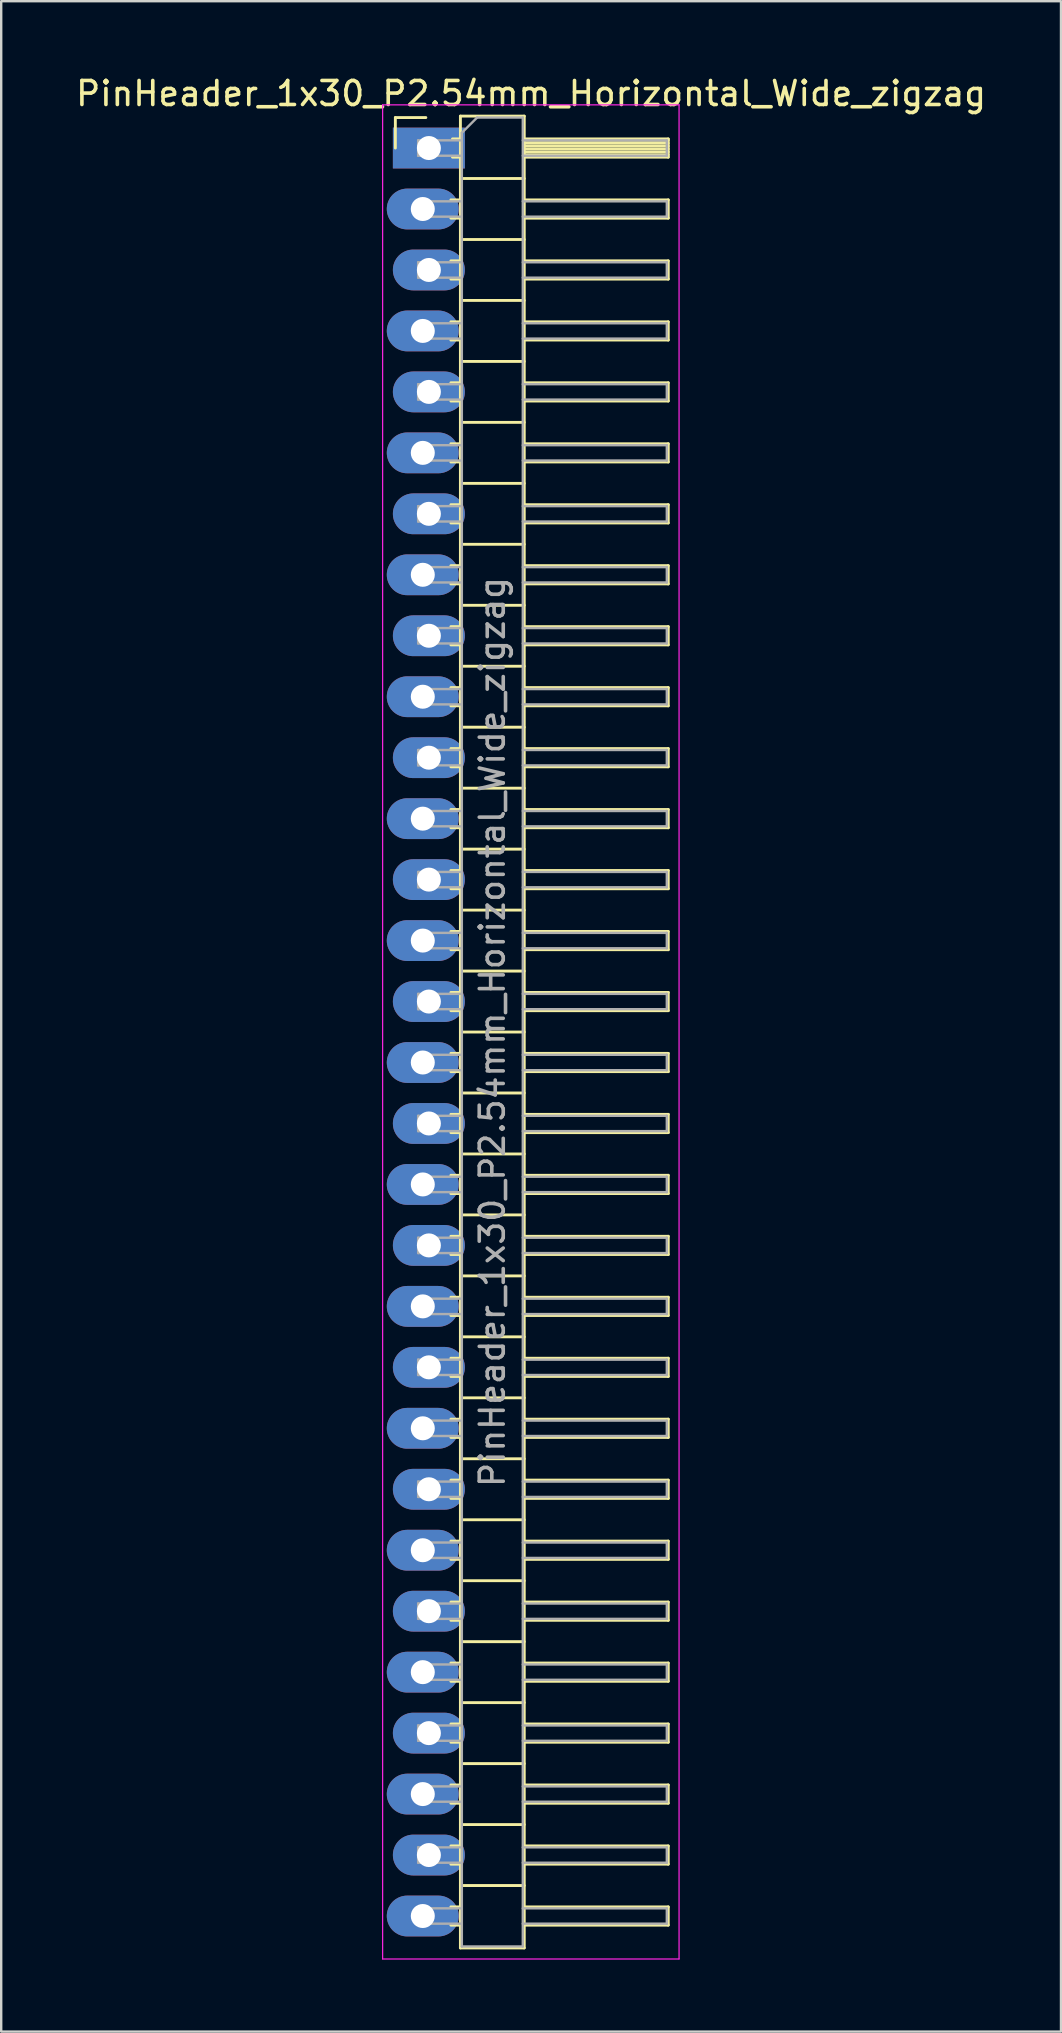
<source format=kicad_pcb>
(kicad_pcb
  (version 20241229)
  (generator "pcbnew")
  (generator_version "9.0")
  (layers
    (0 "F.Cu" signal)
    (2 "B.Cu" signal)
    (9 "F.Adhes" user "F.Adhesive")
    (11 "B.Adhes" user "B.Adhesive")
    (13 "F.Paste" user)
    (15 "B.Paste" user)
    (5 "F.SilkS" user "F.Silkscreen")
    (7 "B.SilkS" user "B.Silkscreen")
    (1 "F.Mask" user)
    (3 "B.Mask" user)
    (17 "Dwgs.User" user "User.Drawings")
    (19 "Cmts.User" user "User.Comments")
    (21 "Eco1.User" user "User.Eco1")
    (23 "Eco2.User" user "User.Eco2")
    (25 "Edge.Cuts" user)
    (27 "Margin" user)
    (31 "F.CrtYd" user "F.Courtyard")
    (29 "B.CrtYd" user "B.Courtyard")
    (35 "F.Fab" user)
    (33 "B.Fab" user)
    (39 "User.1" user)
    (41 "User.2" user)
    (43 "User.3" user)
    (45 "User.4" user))
  (footprint "PinHeader_1x30_P2.54mm_Horizontal_Wide_zigzag"
    (layer "F.Cu")
    (at 14.692 3.118)
    (property "Reference" "PinHeader_1x30_P2.54mm_Horizontal_Wide_zigzag" (at 4.385 -2.27 0) (layer "F.SilkS") (effects (font (size 1 1) (thickness 0.15))))
    (attr through_hole)
    (fp_line (start -1.27 -1.27) (end 0 -1.27) (stroke (width 0.12) (type solid)) (layer "F.SilkS"))
    (fp_line (start -1.27 0) (end -1.27 -1.27) (stroke (width 0.12) (type solid)) (layer "F.SilkS"))
    (fp_line (start 1.043 2.16) (end 1.44 2.16) (stroke (width 0.12) (type solid)) (layer "F.SilkS"))
    (fp_line (start 1.043 2.92) (end 1.44 2.92) (stroke (width 0.12) (type solid)) (layer "F.SilkS"))
    (fp_line (start 1.043 4.7) (end 1.44 4.7) (stroke (width 0.12) (type solid)) (layer "F.SilkS"))
    (fp_line (start 1.043 5.46) (end 1.44 5.46) (stroke (width 0.12) (type solid)) (layer "F.SilkS"))
    (fp_line (start 1.043 7.24) (end 1.44 7.24) (stroke (width 0.12) (type solid)) (layer "F.SilkS"))
    (fp_line (start 1.043 8) (end 1.44 8) (stroke (width 0.12) (type solid)) (layer "F.SilkS"))
    (fp_line (start 1.043 9.78) (end 1.44 9.78) (stroke (width 0.12) (type solid)) (layer "F.SilkS"))
    (fp_line (start 1.043 10.54) (end 1.44 10.54) (stroke (width 0.12) (type solid)) (layer "F.SilkS"))
    (fp_line (start 1.043 12.32) (end 1.44 12.32) (stroke (width 0.12) (type solid)) (layer "F.SilkS"))
    (fp_line (start 1.043 13.08) (end 1.44 13.08) (stroke (width 0.12) (type solid)) (layer "F.SilkS"))
    (fp_line (start 1.043 14.86) (end 1.44 14.86) (stroke (width 0.12) (type solid)) (layer "F.SilkS"))
    (fp_line (start 1.043 15.62) (end 1.44 15.62) (stroke (width 0.12) (type solid)) (layer "F.SilkS"))
    (fp_line (start 1.043 17.4) (end 1.44 17.4) (stroke (width 0.12) (type solid)) (layer "F.SilkS"))
    (fp_line (start 1.043 18.16) (end 1.44 18.16) (stroke (width 0.12) (type solid)) (layer "F.SilkS"))
    (fp_line (start 1.043 19.94) (end 1.44 19.94) (stroke (width 0.12) (type solid)) (layer "F.SilkS"))
    (fp_line (start 1.043 20.7) (end 1.44 20.7) (stroke (width 0.12) (type solid)) (layer "F.SilkS"))
    (fp_line (start 1.043 22.48) (end 1.44 22.48) (stroke (width 0.12) (type solid)) (layer "F.SilkS"))
    (fp_line (start 1.043 23.24) (end 1.44 23.24) (stroke (width 0.12) (type solid)) (layer "F.SilkS"))
    (fp_line (start 1.043 25.02) (end 1.44 25.02) (stroke (width 0.12) (type solid)) (layer "F.SilkS"))
    (fp_line (start 1.043 25.78) (end 1.44 25.78) (stroke (width 0.12) (type solid)) (layer "F.SilkS"))
    (fp_line (start 1.043 27.56) (end 1.44 27.56) (stroke (width 0.12) (type solid)) (layer "F.SilkS"))
    (fp_line (start 1.043 28.32) (end 1.44 28.32) (stroke (width 0.12) (type solid)) (layer "F.SilkS"))
    (fp_line (start 1.043 30.1) (end 1.44 30.1) (stroke (width 0.12) (type solid)) (layer "F.SilkS"))
    (fp_line (start 1.043 30.86) (end 1.44 30.86) (stroke (width 0.12) (type solid)) (layer "F.SilkS"))
    (fp_line (start 1.043 32.64) (end 1.44 32.64) (stroke (width 0.12) (type solid)) (layer "F.SilkS"))
    (fp_line (start 1.043 33.4) (end 1.44 33.4) (stroke (width 0.12) (type solid)) (layer "F.SilkS"))
    (fp_line (start 1.043 35.18) (end 1.44 35.18) (stroke (width 0.12) (type solid)) (layer "F.SilkS"))
    (fp_line (start 1.043 35.94) (end 1.44 35.94) (stroke (width 0.12) (type solid)) (layer "F.SilkS"))
    (fp_line (start 1.043 37.72) (end 1.44 37.72) (stroke (width 0.12) (type solid)) (layer "F.SilkS"))
    (fp_line (start 1.043 38.48) (end 1.44 38.48) (stroke (width 0.12) (type solid)) (layer "F.SilkS"))
    (fp_line (start 1.043 40.26) (end 1.44 40.26) (stroke (width 0.12) (type solid)) (layer "F.SilkS"))
    (fp_line (start 1.043 41.02) (end 1.44 41.02) (stroke (width 0.12) (type solid)) (layer "F.SilkS"))
    (fp_line (start 1.043 42.8) (end 1.44 42.8) (stroke (width 0.12) (type solid)) (layer "F.SilkS"))
    (fp_line (start 1.043 43.56) (end 1.44 43.56) (stroke (width 0.12) (type solid)) (layer "F.SilkS"))
    (fp_line (start 1.043 45.34) (end 1.44 45.34) (stroke (width 0.12) (type solid)) (layer "F.SilkS"))
    (fp_line (start 1.043 46.1) (end 1.44 46.1) (stroke (width 0.12) (type solid)) (layer "F.SilkS"))
    (fp_line (start 1.043 47.88) (end 1.44 47.88) (stroke (width 0.12) (type solid)) (layer "F.SilkS"))
    (fp_line (start 1.043 48.64) (end 1.44 48.64) (stroke (width 0.12) (type solid)) (layer "F.SilkS"))
    (fp_line (start 1.043 50.42) (end 1.44 50.42) (stroke (width 0.12) (type solid)) (layer "F.SilkS"))
    (fp_line (start 1.043 51.18) (end 1.44 51.18) (stroke (width 0.12) (type solid)) (layer "F.SilkS"))
    (fp_line (start 1.043 52.96) (end 1.44 52.96) (stroke (width 0.12) (type solid)) (layer "F.SilkS"))
    (fp_line (start 1.043 53.72) (end 1.44 53.72) (stroke (width 0.12) (type solid)) (layer "F.SilkS"))
    (fp_line (start 1.043 55.5) (end 1.44 55.5) (stroke (width 0.12) (type solid)) (layer "F.SilkS"))
    (fp_line (start 1.043 56.26) (end 1.44 56.26) (stroke (width 0.12) (type solid)) (layer "F.SilkS"))
    (fp_line (start 1.043 58.04) (end 1.44 58.04) (stroke (width 0.12) (type solid)) (layer "F.SilkS"))
    (fp_line (start 1.043 58.8) (end 1.44 58.8) (stroke (width 0.12) (type solid)) (layer "F.SilkS"))
    (fp_line (start 1.043 60.58) (end 1.44 60.58) (stroke (width 0.12) (type solid)) (layer "F.SilkS"))
    (fp_line (start 1.043 61.34) (end 1.44 61.34) (stroke (width 0.12) (type solid)) (layer "F.SilkS"))
    (fp_line (start 1.043 63.12) (end 1.44 63.12) (stroke (width 0.12) (type solid)) (layer "F.SilkS"))
    (fp_line (start 1.043 63.88) (end 1.44 63.88) (stroke (width 0.12) (type solid)) (layer "F.SilkS"))
    (fp_line (start 1.043 65.66) (end 1.44 65.66) (stroke (width 0.12) (type solid)) (layer "F.SilkS"))
    (fp_line (start 1.043 66.42) (end 1.44 66.42) (stroke (width 0.12) (type solid)) (layer "F.SilkS"))
    (fp_line (start 1.043 68.2) (end 1.44 68.2) (stroke (width 0.12) (type solid)) (layer "F.SilkS"))
    (fp_line (start 1.043 68.96) (end 1.44 68.96) (stroke (width 0.12) (type solid)) (layer "F.SilkS"))
    (fp_line (start 1.043 70.74) (end 1.44 70.74) (stroke (width 0.12) (type solid)) (layer "F.SilkS"))
    (fp_line (start 1.043 71.5) (end 1.44 71.5) (stroke (width 0.12) (type solid)) (layer "F.SilkS"))
    (fp_line (start 1.043 73.28) (end 1.44 73.28) (stroke (width 0.12) (type solid)) (layer "F.SilkS"))
    (fp_line (start 1.043 74.04) (end 1.44 74.04) (stroke (width 0.12) (type solid)) (layer "F.SilkS"))
    (fp_line (start 1.11 -0.38) (end 1.44 -0.38) (stroke (width 0.12) (type solid)) (layer "F.SilkS"))
    (fp_line (start 1.11 0.38) (end 1.44 0.38) (stroke (width 0.12) (type solid)) (layer "F.SilkS"))
    (fp_line (start 1.44 -1.33) (end 1.44 74.99) (stroke (width 0.12) (type solid)) (layer "F.SilkS"))
    (fp_line (start 1.44 1.27) (end 4.1 1.27) (stroke (width 0.12) (type solid)) (layer "F.SilkS"))
    (fp_line (start 1.44 3.81) (end 4.1 3.81) (stroke (width 0.12) (type solid)) (layer "F.SilkS"))
    (fp_line (start 1.44 6.35) (end 4.1 6.35) (stroke (width 0.12) (type solid)) (layer "F.SilkS"))
    (fp_line (start 1.44 8.89) (end 4.1 8.89) (stroke (width 0.12) (type solid)) (layer "F.SilkS"))
    (fp_line (start 1.44 11.43) (end 4.1 11.43) (stroke (width 0.12) (type solid)) (layer "F.SilkS"))
    (fp_line (start 1.44 13.97) (end 4.1 13.97) (stroke (width 0.12) (type solid)) (layer "F.SilkS"))
    (fp_line (start 1.44 16.51) (end 4.1 16.51) (stroke (width 0.12) (type solid)) (layer "F.SilkS"))
    (fp_line (start 1.44 19.05) (end 4.1 19.05) (stroke (width 0.12) (type solid)) (layer "F.SilkS"))
    (fp_line (start 1.44 21.59) (end 4.1 21.59) (stroke (width 0.12) (type solid)) (layer "F.SilkS"))
    (fp_line (start 1.44 24.13) (end 4.1 24.13) (stroke (width 0.12) (type solid)) (layer "F.SilkS"))
    (fp_line (start 1.44 26.67) (end 4.1 26.67) (stroke (width 0.12) (type solid)) (layer "F.SilkS"))
    (fp_line (start 1.44 29.21) (end 4.1 29.21) (stroke (width 0.12) (type solid)) (layer "F.SilkS"))
    (fp_line (start 1.44 31.75) (end 4.1 31.75) (stroke (width 0.12) (type solid)) (layer "F.SilkS"))
    (fp_line (start 1.44 34.29) (end 4.1 34.29) (stroke (width 0.12) (type solid)) (layer "F.SilkS"))
    (fp_line (start 1.44 36.83) (end 4.1 36.83) (stroke (width 0.12) (type solid)) (layer "F.SilkS"))
    (fp_line (start 1.44 39.37) (end 4.1 39.37) (stroke (width 0.12) (type solid)) (layer "F.SilkS"))
    (fp_line (start 1.44 41.91) (end 4.1 41.91) (stroke (width 0.12) (type solid)) (layer "F.SilkS"))
    (fp_line (start 1.44 44.45) (end 4.1 44.45) (stroke (width 0.12) (type solid)) (layer "F.SilkS"))
    (fp_line (start 1.44 46.99) (end 4.1 46.99) (stroke (width 0.12) (type solid)) (layer "F.SilkS"))
    (fp_line (start 1.44 49.53) (end 4.1 49.53) (stroke (width 0.12) (type solid)) (layer "F.SilkS"))
    (fp_line (start 1.44 52.07) (end 4.1 52.07) (stroke (width 0.12) (type solid)) (layer "F.SilkS"))
    (fp_line (start 1.44 54.61) (end 4.1 54.61) (stroke (width 0.12) (type solid)) (layer "F.SilkS"))
    (fp_line (start 1.44 57.15) (end 4.1 57.15) (stroke (width 0.12) (type solid)) (layer "F.SilkS"))
    (fp_line (start 1.44 59.69) (end 4.1 59.69) (stroke (width 0.12) (type solid)) (layer "F.SilkS"))
    (fp_line (start 1.44 62.23) (end 4.1 62.23) (stroke (width 0.12) (type solid)) (layer "F.SilkS"))
    (fp_line (start 1.44 64.77) (end 4.1 64.77) (stroke (width 0.12) (type solid)) (layer "F.SilkS"))
    (fp_line (start 1.44 67.31) (end 4.1 67.31) (stroke (width 0.12) (type solid)) (layer "F.SilkS"))
    (fp_line (start 1.44 69.85) (end 4.1 69.85) (stroke (width 0.12) (type solid)) (layer "F.SilkS"))
    (fp_line (start 1.44 72.39) (end 4.1 72.39) (stroke (width 0.12) (type solid)) (layer "F.SilkS"))
    (fp_line (start 1.44 74.99) (end 4.1 74.99) (stroke (width 0.12) (type solid)) (layer "F.SilkS"))
    (fp_line (start 4.1 -1.33) (end 1.44 -1.33) (stroke (width 0.12) (type solid)) (layer "F.SilkS"))
    (fp_line (start 4.1 -0.38) (end 10.1 -0.38) (stroke (width 0.12) (type solid)) (layer "F.SilkS"))
    (fp_line (start 4.1 -0.32) (end 10.1 -0.32) (stroke (width 0.12) (type solid)) (layer "F.SilkS"))
    (fp_line (start 4.1 -0.2) (end 10.1 -0.2) (stroke (width 0.12) (type solid)) (layer "F.SilkS"))
    (fp_line (start 4.1 -0.08) (end 10.1 -0.08) (stroke (width 0.12) (type solid)) (layer "F.SilkS"))
    (fp_line (start 4.1 0.04) (end 10.1 0.04) (stroke (width 0.12) (type solid)) (layer "F.SilkS"))
    (fp_line (start 4.1 0.16) (end 10.1 0.16) (stroke (width 0.12) (type solid)) (layer "F.SilkS"))
    (fp_line (start 4.1 0.28) (end 10.1 0.28) (stroke (width 0.12) (type solid)) (layer "F.SilkS"))
    (fp_line (start 4.1 2.16) (end 10.1 2.16) (stroke (width 0.12) (type solid)) (layer "F.SilkS"))
    (fp_line (start 4.1 4.7) (end 10.1 4.7) (stroke (width 0.12) (type solid)) (layer "F.SilkS"))
    (fp_line (start 4.1 7.24) (end 10.1 7.24) (stroke (width 0.12) (type solid)) (layer "F.SilkS"))
    (fp_line (start 4.1 9.78) (end 10.1 9.78) (stroke (width 0.12) (type solid)) (layer "F.SilkS"))
    (fp_line (start 4.1 12.32) (end 10.1 12.32) (stroke (width 0.12) (type solid)) (layer "F.SilkS"))
    (fp_line (start 4.1 14.86) (end 10.1 14.86) (stroke (width 0.12) (type solid)) (layer "F.SilkS"))
    (fp_line (start 4.1 17.4) (end 10.1 17.4) (stroke (width 0.12) (type solid)) (layer "F.SilkS"))
    (fp_line (start 4.1 19.94) (end 10.1 19.94) (stroke (width 0.12) (type solid)) (layer "F.SilkS"))
    (fp_line (start 4.1 22.48) (end 10.1 22.48) (stroke (width 0.12) (type solid)) (layer "F.SilkS"))
    (fp_line (start 4.1 25.02) (end 10.1 25.02) (stroke (width 0.12) (type solid)) (layer "F.SilkS"))
    (fp_line (start 4.1 27.56) (end 10.1 27.56) (stroke (width 0.12) (type solid)) (layer "F.SilkS"))
    (fp_line (start 4.1 30.1) (end 10.1 30.1) (stroke (width 0.12) (type solid)) (layer "F.SilkS"))
    (fp_line (start 4.1 32.64) (end 10.1 32.64) (stroke (width 0.12) (type solid)) (layer "F.SilkS"))
    (fp_line (start 4.1 35.18) (end 10.1 35.18) (stroke (width 0.12) (type solid)) (layer "F.SilkS"))
    (fp_line (start 4.1 37.72) (end 10.1 37.72) (stroke (width 0.12) (type solid)) (layer "F.SilkS"))
    (fp_line (start 4.1 40.26) (end 10.1 40.26) (stroke (width 0.12) (type solid)) (layer "F.SilkS"))
    (fp_line (start 4.1 42.8) (end 10.1 42.8) (stroke (width 0.12) (type solid)) (layer "F.SilkS"))
    (fp_line (start 4.1 45.34) (end 10.1 45.34) (stroke (width 0.12) (type solid)) (layer "F.SilkS"))
    (fp_line (start 4.1 47.88) (end 10.1 47.88) (stroke (width 0.12) (type solid)) (layer "F.SilkS"))
    (fp_line (start 4.1 50.42) (end 10.1 50.42) (stroke (width 0.12) (type solid)) (layer "F.SilkS"))
    (fp_line (start 4.1 52.96) (end 10.1 52.96) (stroke (width 0.12) (type solid)) (layer "F.SilkS"))
    (fp_line (start 4.1 55.5) (end 10.1 55.5) (stroke (width 0.12) (type solid)) (layer "F.SilkS"))
    (fp_line (start 4.1 58.04) (end 10.1 58.04) (stroke (width 0.12) (type solid)) (layer "F.SilkS"))
    (fp_line (start 4.1 60.58) (end 10.1 60.58) (stroke (width 0.12) (type solid)) (layer "F.SilkS"))
    (fp_line (start 4.1 63.12) (end 10.1 63.12) (stroke (width 0.12) (type solid)) (layer "F.SilkS"))
    (fp_line (start 4.1 65.66) (end 10.1 65.66) (stroke (width 0.12) (type solid)) (layer "F.SilkS"))
    (fp_line (start 4.1 68.2) (end 10.1 68.2) (stroke (width 0.12) (type solid)) (layer "F.SilkS"))
    (fp_line (start 4.1 70.74) (end 10.1 70.74) (stroke (width 0.12) (type solid)) (layer "F.SilkS"))
    (fp_line (start 4.1 73.28) (end 10.1 73.28) (stroke (width 0.12) (type solid)) (layer "F.SilkS"))
    (fp_line (start 4.1 74.99) (end 4.1 -1.33) (stroke (width 0.12) (type solid)) (layer "F.SilkS"))
    (fp_line (start 10.1 -0.38) (end 10.1 0.38) (stroke (width 0.12) (type solid)) (layer "F.SilkS"))
    (fp_line (start 10.1 0.38) (end 4.1 0.38) (stroke (width 0.12) (type solid)) (layer "F.SilkS"))
    (fp_line (start 10.1 2.16) (end 10.1 2.92) (stroke (width 0.12) (type solid)) (layer "F.SilkS"))
    (fp_line (start 10.1 2.92) (end 4.1 2.92) (stroke (width 0.12) (type solid)) (layer "F.SilkS"))
    (fp_line (start 10.1 4.7) (end 10.1 5.46) (stroke (width 0.12) (type solid)) (layer "F.SilkS"))
    (fp_line (start 10.1 5.46) (end 4.1 5.46) (stroke (width 0.12) (type solid)) (layer "F.SilkS"))
    (fp_line (start 10.1 7.24) (end 10.1 8) (stroke (width 0.12) (type solid)) (layer "F.SilkS"))
    (fp_line (start 10.1 8) (end 4.1 8) (stroke (width 0.12) (type solid)) (layer "F.SilkS"))
    (fp_line (start 10.1 9.78) (end 10.1 10.54) (stroke (width 0.12) (type solid)) (layer "F.SilkS"))
    (fp_line (start 10.1 10.54) (end 4.1 10.54) (stroke (width 0.12) (type solid)) (layer "F.SilkS"))
    (fp_line (start 10.1 12.32) (end 10.1 13.08) (stroke (width 0.12) (type solid)) (layer "F.SilkS"))
    (fp_line (start 10.1 13.08) (end 4.1 13.08) (stroke (width 0.12) (type solid)) (layer "F.SilkS"))
    (fp_line (start 10.1 14.86) (end 10.1 15.62) (stroke (width 0.12) (type solid)) (layer "F.SilkS"))
    (fp_line (start 10.1 15.62) (end 4.1 15.62) (stroke (width 0.12) (type solid)) (layer "F.SilkS"))
    (fp_line (start 10.1 17.4) (end 10.1 18.16) (stroke (width 0.12) (type solid)) (layer "F.SilkS"))
    (fp_line (start 10.1 18.16) (end 4.1 18.16) (stroke (width 0.12) (type solid)) (layer "F.SilkS"))
    (fp_line (start 10.1 19.94) (end 10.1 20.7) (stroke (width 0.12) (type solid)) (layer "F.SilkS"))
    (fp_line (start 10.1 20.7) (end 4.1 20.7) (stroke (width 0.12) (type solid)) (layer "F.SilkS"))
    (fp_line (start 10.1 22.48) (end 10.1 23.24) (stroke (width 0.12) (type solid)) (layer "F.SilkS"))
    (fp_line (start 10.1 23.24) (end 4.1 23.24) (stroke (width 0.12) (type solid)) (layer "F.SilkS"))
    (fp_line (start 10.1 25.02) (end 10.1 25.78) (stroke (width 0.12) (type solid)) (layer "F.SilkS"))
    (fp_line (start 10.1 25.78) (end 4.1 25.78) (stroke (width 0.12) (type solid)) (layer "F.SilkS"))
    (fp_line (start 10.1 27.56) (end 10.1 28.32) (stroke (width 0.12) (type solid)) (layer "F.SilkS"))
    (fp_line (start 10.1 28.32) (end 4.1 28.32) (stroke (width 0.12) (type solid)) (layer "F.SilkS"))
    (fp_line (start 10.1 30.1) (end 10.1 30.86) (stroke (width 0.12) (type solid)) (layer "F.SilkS"))
    (fp_line (start 10.1 30.86) (end 4.1 30.86) (stroke (width 0.12) (type solid)) (layer "F.SilkS"))
    (fp_line (start 10.1 32.64) (end 10.1 33.4) (stroke (width 0.12) (type solid)) (layer "F.SilkS"))
    (fp_line (start 10.1 33.4) (end 4.1 33.4) (stroke (width 0.12) (type solid)) (layer "F.SilkS"))
    (fp_line (start 10.1 35.18) (end 10.1 35.94) (stroke (width 0.12) (type solid)) (layer "F.SilkS"))
    (fp_line (start 10.1 35.94) (end 4.1 35.94) (stroke (width 0.12) (type solid)) (layer "F.SilkS"))
    (fp_line (start 10.1 37.72) (end 10.1 38.48) (stroke (width 0.12) (type solid)) (layer "F.SilkS"))
    (fp_line (start 10.1 38.48) (end 4.1 38.48) (stroke (width 0.12) (type solid)) (layer "F.SilkS"))
    (fp_line (start 10.1 40.26) (end 10.1 41.02) (stroke (width 0.12) (type solid)) (layer "F.SilkS"))
    (fp_line (start 10.1 41.02) (end 4.1 41.02) (stroke (width 0.12) (type solid)) (layer "F.SilkS"))
    (fp_line (start 10.1 42.8) (end 10.1 43.56) (stroke (width 0.12) (type solid)) (layer "F.SilkS"))
    (fp_line (start 10.1 43.56) (end 4.1 43.56) (stroke (width 0.12) (type solid)) (layer "F.SilkS"))
    (fp_line (start 10.1 45.34) (end 10.1 46.1) (stroke (width 0.12) (type solid)) (layer "F.SilkS"))
    (fp_line (start 10.1 46.1) (end 4.1 46.1) (stroke (width 0.12) (type solid)) (layer "F.SilkS"))
    (fp_line (start 10.1 47.88) (end 10.1 48.64) (stroke (width 0.12) (type solid)) (layer "F.SilkS"))
    (fp_line (start 10.1 48.64) (end 4.1 48.64) (stroke (width 0.12) (type solid)) (layer "F.SilkS"))
    (fp_line (start 10.1 50.42) (end 10.1 51.18) (stroke (width 0.12) (type solid)) (layer "F.SilkS"))
    (fp_line (start 10.1 51.18) (end 4.1 51.18) (stroke (width 0.12) (type solid)) (layer "F.SilkS"))
    (fp_line (start 10.1 52.96) (end 10.1 53.72) (stroke (width 0.12) (type solid)) (layer "F.SilkS"))
    (fp_line (start 10.1 53.72) (end 4.1 53.72) (stroke (width 0.12) (type solid)) (layer "F.SilkS"))
    (fp_line (start 10.1 55.5) (end 10.1 56.26) (stroke (width 0.12) (type solid)) (layer "F.SilkS"))
    (fp_line (start 10.1 56.26) (end 4.1 56.26) (stroke (width 0.12) (type solid)) (layer "F.SilkS"))
    (fp_line (start 10.1 58.04) (end 10.1 58.8) (stroke (width 0.12) (type solid)) (layer "F.SilkS"))
    (fp_line (start 10.1 58.8) (end 4.1 58.8) (stroke (width 0.12) (type solid)) (layer "F.SilkS"))
    (fp_line (start 10.1 60.58) (end 10.1 61.34) (stroke (width 0.12) (type solid)) (layer "F.SilkS"))
    (fp_line (start 10.1 61.34) (end 4.1 61.34) (stroke (width 0.12) (type solid)) (layer "F.SilkS"))
    (fp_line (start 10.1 63.12) (end 10.1 63.88) (stroke (width 0.12) (type solid)) (layer "F.SilkS"))
    (fp_line (start 10.1 63.88) (end 4.1 63.88) (stroke (width 0.12) (type solid)) (layer "F.SilkS"))
    (fp_line (start 10.1 65.66) (end 10.1 66.42) (stroke (width 0.12) (type solid)) (layer "F.SilkS"))
    (fp_line (start 10.1 66.42) (end 4.1 66.42) (stroke (width 0.12) (type solid)) (layer "F.SilkS"))
    (fp_line (start 10.1 68.2) (end 10.1 68.96) (stroke (width 0.12) (type solid)) (layer "F.SilkS"))
    (fp_line (start 10.1 68.96) (end 4.1 68.96) (stroke (width 0.12) (type solid)) (layer "F.SilkS"))
    (fp_line (start 10.1 70.74) (end 10.1 71.5) (stroke (width 0.12) (type solid)) (layer "F.SilkS"))
    (fp_line (start 10.1 71.5) (end 4.1 71.5) (stroke (width 0.12) (type solid)) (layer "F.SilkS"))
    (fp_line (start 10.1 73.28) (end 10.1 74.04) (stroke (width 0.12) (type solid)) (layer "F.SilkS"))
    (fp_line (start 10.1 74.04) (end 4.1 74.04) (stroke (width 0.12) (type solid)) (layer "F.SilkS"))
    (fp_line (start -1.8 -1.8) (end -1.8 75.45) (stroke (width 0.05) (type solid)) (layer "F.CrtYd"))
    (fp_line (start -1.8 75.45) (end 10.55 75.45) (stroke (width 0.05) (type solid)) (layer "F.CrtYd"))
    (fp_line (start 10.55 -1.8) (end -1.8 -1.8) (stroke (width 0.05) (type solid)) (layer "F.CrtYd"))
    (fp_line (start 10.55 75.45) (end 10.55 -1.8) (stroke (width 0.05) (type solid)) (layer "F.CrtYd"))
    (fp_line (start -0.32 -0.32) (end -0.32 0.32) (stroke (width 0.1) (type solid)) (layer "F.Fab"))
    (fp_line (start -0.32 -0.32) (end 1.5 -0.32) (stroke (width 0.1) (type solid)) (layer "F.Fab"))
    (fp_line (start -0.32 0.32) (end 1.5 0.32) (stroke (width 0.1) (type solid)) (layer "F.Fab"))
    (fp_line (start -0.32 2.22) (end -0.32 2.86) (stroke (width 0.1) (type solid)) (layer "F.Fab"))
    (fp_line (start -0.32 2.22) (end 1.5 2.22) (stroke (width 0.1) (type solid)) (layer "F.Fab"))
    (fp_line (start -0.32 2.86) (end 1.5 2.86) (stroke (width 0.1) (type solid)) (layer "F.Fab"))
    (fp_line (start -0.32 4.76) (end -0.32 5.4) (stroke (width 0.1) (type solid)) (layer "F.Fab"))
    (fp_line (start -0.32 4.76) (end 1.5 4.76) (stroke (width 0.1) (type solid)) (layer "F.Fab"))
    (fp_line (start -0.32 5.4) (end 1.5 5.4) (stroke (width 0.1) (type solid)) (layer "F.Fab"))
    (fp_line (start -0.32 7.3) (end -0.32 7.94) (stroke (width 0.1) (type solid)) (layer "F.Fab"))
    (fp_line (start -0.32 7.3) (end 1.5 7.3) (stroke (width 0.1) (type solid)) (layer "F.Fab"))
    (fp_line (start -0.32 7.94) (end 1.5 7.94) (stroke (width 0.1) (type solid)) (layer "F.Fab"))
    (fp_line (start -0.32 9.84) (end -0.32 10.48) (stroke (width 0.1) (type solid)) (layer "F.Fab"))
    (fp_line (start -0.32 9.84) (end 1.5 9.84) (stroke (width 0.1) (type solid)) (layer "F.Fab"))
    (fp_line (start -0.32 10.48) (end 1.5 10.48) (stroke (width 0.1) (type solid)) (layer "F.Fab"))
    (fp_line (start -0.32 12.38) (end -0.32 13.02) (stroke (width 0.1) (type solid)) (layer "F.Fab"))
    (fp_line (start -0.32 12.38) (end 1.5 12.38) (stroke (width 0.1) (type solid)) (layer "F.Fab"))
    (fp_line (start -0.32 13.02) (end 1.5 13.02) (stroke (width 0.1) (type solid)) (layer "F.Fab"))
    (fp_line (start -0.32 14.92) (end -0.32 15.56) (stroke (width 0.1) (type solid)) (layer "F.Fab"))
    (fp_line (start -0.32 14.92) (end 1.5 14.92) (stroke (width 0.1) (type solid)) (layer "F.Fab"))
    (fp_line (start -0.32 15.56) (end 1.5 15.56) (stroke (width 0.1) (type solid)) (layer "F.Fab"))
    (fp_line (start -0.32 17.46) (end -0.32 18.1) (stroke (width 0.1) (type solid)) (layer "F.Fab"))
    (fp_line (start -0.32 17.46) (end 1.5 17.46) (stroke (width 0.1) (type solid)) (layer "F.Fab"))
    (fp_line (start -0.32 18.1) (end 1.5 18.1) (stroke (width 0.1) (type solid)) (layer "F.Fab"))
    (fp_line (start -0.32 20) (end -0.32 20.64) (stroke (width 0.1) (type solid)) (layer "F.Fab"))
    (fp_line (start -0.32 20) (end 1.5 20) (stroke (width 0.1) (type solid)) (layer "F.Fab"))
    (fp_line (start -0.32 20.64) (end 1.5 20.64) (stroke (width 0.1) (type solid)) (layer "F.Fab"))
    (fp_line (start -0.32 22.54) (end -0.32 23.18) (stroke (width 0.1) (type solid)) (layer "F.Fab"))
    (fp_line (start -0.32 22.54) (end 1.5 22.54) (stroke (width 0.1) (type solid)) (layer "F.Fab"))
    (fp_line (start -0.32 23.18) (end 1.5 23.18) (stroke (width 0.1) (type solid)) (layer "F.Fab"))
    (fp_line (start -0.32 25.08) (end -0.32 25.72) (stroke (width 0.1) (type solid)) (layer "F.Fab"))
    (fp_line (start -0.32 25.08) (end 1.5 25.08) (stroke (width 0.1) (type solid)) (layer "F.Fab"))
    (fp_line (start -0.32 25.72) (end 1.5 25.72) (stroke (width 0.1) (type solid)) (layer "F.Fab"))
    (fp_line (start -0.32 27.62) (end -0.32 28.26) (stroke (width 0.1) (type solid)) (layer "F.Fab"))
    (fp_line (start -0.32 27.62) (end 1.5 27.62) (stroke (width 0.1) (type solid)) (layer "F.Fab"))
    (fp_line (start -0.32 28.26) (end 1.5 28.26) (stroke (width 0.1) (type solid)) (layer "F.Fab"))
    (fp_line (start -0.32 30.16) (end -0.32 30.8) (stroke (width 0.1) (type solid)) (layer "F.Fab"))
    (fp_line (start -0.32 30.16) (end 1.5 30.16) (stroke (width 0.1) (type solid)) (layer "F.Fab"))
    (fp_line (start -0.32 30.8) (end 1.5 30.8) (stroke (width 0.1) (type solid)) (layer "F.Fab"))
    (fp_line (start -0.32 32.7) (end -0.32 33.34) (stroke (width 0.1) (type solid)) (layer "F.Fab"))
    (fp_line (start -0.32 32.7) (end 1.5 32.7) (stroke (width 0.1) (type solid)) (layer "F.Fab"))
    (fp_line (start -0.32 33.34) (end 1.5 33.34) (stroke (width 0.1) (type solid)) (layer "F.Fab"))
    (fp_line (start -0.32 35.24) (end -0.32 35.88) (stroke (width 0.1) (type solid)) (layer "F.Fab"))
    (fp_line (start -0.32 35.24) (end 1.5 35.24) (stroke (width 0.1) (type solid)) (layer "F.Fab"))
    (fp_line (start -0.32 35.88) (end 1.5 35.88) (stroke (width 0.1) (type solid)) (layer "F.Fab"))
    (fp_line (start -0.32 37.78) (end -0.32 38.42) (stroke (width 0.1) (type solid)) (layer "F.Fab"))
    (fp_line (start -0.32 37.78) (end 1.5 37.78) (stroke (width 0.1) (type solid)) (layer "F.Fab"))
    (fp_line (start -0.32 38.42) (end 1.5 38.42) (stroke (width 0.1) (type solid)) (layer "F.Fab"))
    (fp_line (start -0.32 40.32) (end -0.32 40.96) (stroke (width 0.1) (type solid)) (layer "F.Fab"))
    (fp_line (start -0.32 40.32) (end 1.5 40.32) (stroke (width 0.1) (type solid)) (layer "F.Fab"))
    (fp_line (start -0.32 40.96) (end 1.5 40.96) (stroke (width 0.1) (type solid)) (layer "F.Fab"))
    (fp_line (start -0.32 42.86) (end -0.32 43.5) (stroke (width 0.1) (type solid)) (layer "F.Fab"))
    (fp_line (start -0.32 42.86) (end 1.5 42.86) (stroke (width 0.1) (type solid)) (layer "F.Fab"))
    (fp_line (start -0.32 43.5) (end 1.5 43.5) (stroke (width 0.1) (type solid)) (layer "F.Fab"))
    (fp_line (start -0.32 45.4) (end -0.32 46.04) (stroke (width 0.1) (type solid)) (layer "F.Fab"))
    (fp_line (start -0.32 45.4) (end 1.5 45.4) (stroke (width 0.1) (type solid)) (layer "F.Fab"))
    (fp_line (start -0.32 46.04) (end 1.5 46.04) (stroke (width 0.1) (type solid)) (layer "F.Fab"))
    (fp_line (start -0.32 47.94) (end -0.32 48.58) (stroke (width 0.1) (type solid)) (layer "F.Fab"))
    (fp_line (start -0.32 47.94) (end 1.5 47.94) (stroke (width 0.1) (type solid)) (layer "F.Fab"))
    (fp_line (start -0.32 48.58) (end 1.5 48.58) (stroke (width 0.1) (type solid)) (layer "F.Fab"))
    (fp_line (start -0.32 50.48) (end -0.32 51.12) (stroke (width 0.1) (type solid)) (layer "F.Fab"))
    (fp_line (start -0.32 50.48) (end 1.5 50.48) (stroke (width 0.1) (type solid)) (layer "F.Fab"))
    (fp_line (start -0.32 51.12) (end 1.5 51.12) (stroke (width 0.1) (type solid)) (layer "F.Fab"))
    (fp_line (start -0.32 53.02) (end -0.32 53.66) (stroke (width 0.1) (type solid)) (layer "F.Fab"))
    (fp_line (start -0.32 53.02) (end 1.5 53.02) (stroke (width 0.1) (type solid)) (layer "F.Fab"))
    (fp_line (start -0.32 53.66) (end 1.5 53.66) (stroke (width 0.1) (type solid)) (layer "F.Fab"))
    (fp_line (start -0.32 55.56) (end -0.32 56.2) (stroke (width 0.1) (type solid)) (layer "F.Fab"))
    (fp_line (start -0.32 55.56) (end 1.5 55.56) (stroke (width 0.1) (type solid)) (layer "F.Fab"))
    (fp_line (start -0.32 56.2) (end 1.5 56.2) (stroke (width 0.1) (type solid)) (layer "F.Fab"))
    (fp_line (start -0.32 58.1) (end -0.32 58.74) (stroke (width 0.1) (type solid)) (layer "F.Fab"))
    (fp_line (start -0.32 58.1) (end 1.5 58.1) (stroke (width 0.1) (type solid)) (layer "F.Fab"))
    (fp_line (start -0.32 58.74) (end 1.5 58.74) (stroke (width 0.1) (type solid)) (layer "F.Fab"))
    (fp_line (start -0.32 60.64) (end -0.32 61.28) (stroke (width 0.1) (type solid)) (layer "F.Fab"))
    (fp_line (start -0.32 60.64) (end 1.5 60.64) (stroke (width 0.1) (type solid)) (layer "F.Fab"))
    (fp_line (start -0.32 61.28) (end 1.5 61.28) (stroke (width 0.1) (type solid)) (layer "F.Fab"))
    (fp_line (start -0.32 63.18) (end -0.32 63.82) (stroke (width 0.1) (type solid)) (layer "F.Fab"))
    (fp_line (start -0.32 63.18) (end 1.5 63.18) (stroke (width 0.1) (type solid)) (layer "F.Fab"))
    (fp_line (start -0.32 63.82) (end 1.5 63.82) (stroke (width 0.1) (type solid)) (layer "F.Fab"))
    (fp_line (start -0.32 65.72) (end -0.32 66.36) (stroke (width 0.1) (type solid)) (layer "F.Fab"))
    (fp_line (start -0.32 65.72) (end 1.5 65.72) (stroke (width 0.1) (type solid)) (layer "F.Fab"))
    (fp_line (start -0.32 66.36) (end 1.5 66.36) (stroke (width 0.1) (type solid)) (layer "F.Fab"))
    (fp_line (start -0.32 68.26) (end -0.32 68.9) (stroke (width 0.1) (type solid)) (layer "F.Fab"))
    (fp_line (start -0.32 68.26) (end 1.5 68.26) (stroke (width 0.1) (type solid)) (layer "F.Fab"))
    (fp_line (start -0.32 68.9) (end 1.5 68.9) (stroke (width 0.1) (type solid)) (layer "F.Fab"))
    (fp_line (start -0.32 70.8) (end -0.32 71.44) (stroke (width 0.1) (type solid)) (layer "F.Fab"))
    (fp_line (start -0.32 70.8) (end 1.5 70.8) (stroke (width 0.1) (type solid)) (layer "F.Fab"))
    (fp_line (start -0.32 71.44) (end 1.5 71.44) (stroke (width 0.1) (type solid)) (layer "F.Fab"))
    (fp_line (start -0.32 73.34) (end -0.32 73.98) (stroke (width 0.1) (type solid)) (layer "F.Fab"))
    (fp_line (start -0.32 73.34) (end 1.5 73.34) (stroke (width 0.1) (type solid)) (layer "F.Fab"))
    (fp_line (start -0.32 73.98) (end 1.5 73.98) (stroke (width 0.1) (type solid)) (layer "F.Fab"))
    (fp_line (start 1.5 -0.635) (end 2.135 -1.27) (stroke (width 0.1) (type solid)) (layer "F.Fab"))
    (fp_line (start 1.5 74.93) (end 1.5 -0.635) (stroke (width 0.1) (type solid)) (layer "F.Fab"))
    (fp_line (start 2.135 -1.27) (end 4.04 -1.27) (stroke (width 0.1) (type solid)) (layer "F.Fab"))
    (fp_line (start 4.04 -1.27) (end 4.04 74.93) (stroke (width 0.1) (type solid)) (layer "F.Fab"))
    (fp_line (start 4.04 -0.32) (end 10.04 -0.32) (stroke (width 0.1) (type solid)) (layer "F.Fab"))
    (fp_line (start 4.04 0.32) (end 10.04 0.32) (stroke (width 0.1) (type solid)) (layer "F.Fab"))
    (fp_line (start 4.04 2.22) (end 10.04 2.22) (stroke (width 0.1) (type solid)) (layer "F.Fab"))
    (fp_line (start 4.04 2.86) (end 10.04 2.86) (stroke (width 0.1) (type solid)) (layer "F.Fab"))
    (fp_line (start 4.04 4.76) (end 10.04 4.76) (stroke (width 0.1) (type solid)) (layer "F.Fab"))
    (fp_line (start 4.04 5.4) (end 10.04 5.4) (stroke (width 0.1) (type solid)) (layer "F.Fab"))
    (fp_line (start 4.04 7.3) (end 10.04 7.3) (stroke (width 0.1) (type solid)) (layer "F.Fab"))
    (fp_line (start 4.04 7.94) (end 10.04 7.94) (stroke (width 0.1) (type solid)) (layer "F.Fab"))
    (fp_line (start 4.04 9.84) (end 10.04 9.84) (stroke (width 0.1) (type solid)) (layer "F.Fab"))
    (fp_line (start 4.04 10.48) (end 10.04 10.48) (stroke (width 0.1) (type solid)) (layer "F.Fab"))
    (fp_line (start 4.04 12.38) (end 10.04 12.38) (stroke (width 0.1) (type solid)) (layer "F.Fab"))
    (fp_line (start 4.04 13.02) (end 10.04 13.02) (stroke (width 0.1) (type solid)) (layer "F.Fab"))
    (fp_line (start 4.04 14.92) (end 10.04 14.92) (stroke (width 0.1) (type solid)) (layer "F.Fab"))
    (fp_line (start 4.04 15.56) (end 10.04 15.56) (stroke (width 0.1) (type solid)) (layer "F.Fab"))
    (fp_line (start 4.04 17.46) (end 10.04 17.46) (stroke (width 0.1) (type solid)) (layer "F.Fab"))
    (fp_line (start 4.04 18.1) (end 10.04 18.1) (stroke (width 0.1) (type solid)) (layer "F.Fab"))
    (fp_line (start 4.04 20) (end 10.04 20) (stroke (width 0.1) (type solid)) (layer "F.Fab"))
    (fp_line (start 4.04 20.64) (end 10.04 20.64) (stroke (width 0.1) (type solid)) (layer "F.Fab"))
    (fp_line (start 4.04 22.54) (end 10.04 22.54) (stroke (width 0.1) (type solid)) (layer "F.Fab"))
    (fp_line (start 4.04 23.18) (end 10.04 23.18) (stroke (width 0.1) (type solid)) (layer "F.Fab"))
    (fp_line (start 4.04 25.08) (end 10.04 25.08) (stroke (width 0.1) (type solid)) (layer "F.Fab"))
    (fp_line (start 4.04 25.72) (end 10.04 25.72) (stroke (width 0.1) (type solid)) (layer "F.Fab"))
    (fp_line (start 4.04 27.62) (end 10.04 27.62) (stroke (width 0.1) (type solid)) (layer "F.Fab"))
    (fp_line (start 4.04 28.26) (end 10.04 28.26) (stroke (width 0.1) (type solid)) (layer "F.Fab"))
    (fp_line (start 4.04 30.16) (end 10.04 30.16) (stroke (width 0.1) (type solid)) (layer "F.Fab"))
    (fp_line (start 4.04 30.8) (end 10.04 30.8) (stroke (width 0.1) (type solid)) (layer "F.Fab"))
    (fp_line (start 4.04 32.7) (end 10.04 32.7) (stroke (width 0.1) (type solid)) (layer "F.Fab"))
    (fp_line (start 4.04 33.34) (end 10.04 33.34) (stroke (width 0.1) (type solid)) (layer "F.Fab"))
    (fp_line (start 4.04 35.24) (end 10.04 35.24) (stroke (width 0.1) (type solid)) (layer "F.Fab"))
    (fp_line (start 4.04 35.88) (end 10.04 35.88) (stroke (width 0.1) (type solid)) (layer "F.Fab"))
    (fp_line (start 4.04 37.78) (end 10.04 37.78) (stroke (width 0.1) (type solid)) (layer "F.Fab"))
    (fp_line (start 4.04 38.42) (end 10.04 38.42) (stroke (width 0.1) (type solid)) (layer "F.Fab"))
    (fp_line (start 4.04 40.32) (end 10.04 40.32) (stroke (width 0.1) (type solid)) (layer "F.Fab"))
    (fp_line (start 4.04 40.96) (end 10.04 40.96) (stroke (width 0.1) (type solid)) (layer "F.Fab"))
    (fp_line (start 4.04 42.86) (end 10.04 42.86) (stroke (width 0.1) (type solid)) (layer "F.Fab"))
    (fp_line (start 4.04 43.5) (end 10.04 43.5) (stroke (width 0.1) (type solid)) (layer "F.Fab"))
    (fp_line (start 4.04 45.4) (end 10.04 45.4) (stroke (width 0.1) (type solid)) (layer "F.Fab"))
    (fp_line (start 4.04 46.04) (end 10.04 46.04) (stroke (width 0.1) (type solid)) (layer "F.Fab"))
    (fp_line (start 4.04 47.94) (end 10.04 47.94) (stroke (width 0.1) (type solid)) (layer "F.Fab"))
    (fp_line (start 4.04 48.58) (end 10.04 48.58) (stroke (width 0.1) (type solid)) (layer "F.Fab"))
    (fp_line (start 4.04 50.48) (end 10.04 50.48) (stroke (width 0.1) (type solid)) (layer "F.Fab"))
    (fp_line (start 4.04 51.12) (end 10.04 51.12) (stroke (width 0.1) (type solid)) (layer "F.Fab"))
    (fp_line (start 4.04 53.02) (end 10.04 53.02) (stroke (width 0.1) (type solid)) (layer "F.Fab"))
    (fp_line (start 4.04 53.66) (end 10.04 53.66) (stroke (width 0.1) (type solid)) (layer "F.Fab"))
    (fp_line (start 4.04 55.56) (end 10.04 55.56) (stroke (width 0.1) (type solid)) (layer "F.Fab"))
    (fp_line (start 4.04 56.2) (end 10.04 56.2) (stroke (width 0.1) (type solid)) (layer "F.Fab"))
    (fp_line (start 4.04 58.1) (end 10.04 58.1) (stroke (width 0.1) (type solid)) (layer "F.Fab"))
    (fp_line (start 4.04 58.74) (end 10.04 58.74) (stroke (width 0.1) (type solid)) (layer "F.Fab"))
    (fp_line (start 4.04 60.64) (end 10.04 60.64) (stroke (width 0.1) (type solid)) (layer "F.Fab"))
    (fp_line (start 4.04 61.28) (end 10.04 61.28) (stroke (width 0.1) (type solid)) (layer "F.Fab"))
    (fp_line (start 4.04 63.18) (end 10.04 63.18) (stroke (width 0.1) (type solid)) (layer "F.Fab"))
    (fp_line (start 4.04 63.82) (end 10.04 63.82) (stroke (width 0.1) (type solid)) (layer "F.Fab"))
    (fp_line (start 4.04 65.72) (end 10.04 65.72) (stroke (width 0.1) (type solid)) (layer "F.Fab"))
    (fp_line (start 4.04 66.36) (end 10.04 66.36) (stroke (width 0.1) (type solid)) (layer "F.Fab"))
    (fp_line (start 4.04 68.26) (end 10.04 68.26) (stroke (width 0.1) (type solid)) (layer "F.Fab"))
    (fp_line (start 4.04 68.9) (end 10.04 68.9) (stroke (width 0.1) (type solid)) (layer "F.Fab"))
    (fp_line (start 4.04 70.8) (end 10.04 70.8) (stroke (width 0.1) (type solid)) (layer "F.Fab"))
    (fp_line (start 4.04 71.44) (end 10.04 71.44) (stroke (width 0.1) (type solid)) (layer "F.Fab"))
    (fp_line (start 4.04 73.34) (end 10.04 73.34) (stroke (width 0.1) (type solid)) (layer "F.Fab"))
    (fp_line (start 4.04 73.98) (end 10.04 73.98) (stroke (width 0.1) (type solid)) (layer "F.Fab"))
    (fp_line (start 4.04 74.93) (end 1.5 74.93) (stroke (width 0.1) (type solid)) (layer "F.Fab"))
    (fp_line (start 10.04 -0.32) (end 10.04 0.32) (stroke (width 0.1) (type solid)) (layer "F.Fab"))
    (fp_line (start 10.04 2.22) (end 10.04 2.86) (stroke (width 0.1) (type solid)) (layer "F.Fab"))
    (fp_line (start 10.04 4.76) (end 10.04 5.4) (stroke (width 0.1) (type solid)) (layer "F.Fab"))
    (fp_line (start 10.04 7.3) (end 10.04 7.94) (stroke (width 0.1) (type solid)) (layer "F.Fab"))
    (fp_line (start 10.04 9.84) (end 10.04 10.48) (stroke (width 0.1) (type solid)) (layer "F.Fab"))
    (fp_line (start 10.04 12.38) (end 10.04 13.02) (stroke (width 0.1) (type solid)) (layer "F.Fab"))
    (fp_line (start 10.04 14.92) (end 10.04 15.56) (stroke (width 0.1) (type solid)) (layer "F.Fab"))
    (fp_line (start 10.04 17.46) (end 10.04 18.1) (stroke (width 0.1) (type solid)) (layer "F.Fab"))
    (fp_line (start 10.04 20) (end 10.04 20.64) (stroke (width 0.1) (type solid)) (layer "F.Fab"))
    (fp_line (start 10.04 22.54) (end 10.04 23.18) (stroke (width 0.1) (type solid)) (layer "F.Fab"))
    (fp_line (start 10.04 25.08) (end 10.04 25.72) (stroke (width 0.1) (type solid)) (layer "F.Fab"))
    (fp_line (start 10.04 27.62) (end 10.04 28.26) (stroke (width 0.1) (type solid)) (layer "F.Fab"))
    (fp_line (start 10.04 30.16) (end 10.04 30.8) (stroke (width 0.1) (type solid)) (layer "F.Fab"))
    (fp_line (start 10.04 32.7) (end 10.04 33.34) (stroke (width 0.1) (type solid)) (layer "F.Fab"))
    (fp_line (start 10.04 35.24) (end 10.04 35.88) (stroke (width 0.1) (type solid)) (layer "F.Fab"))
    (fp_line (start 10.04 37.78) (end 10.04 38.42) (stroke (width 0.1) (type solid)) (layer "F.Fab"))
    (fp_line (start 10.04 40.32) (end 10.04 40.96) (stroke (width 0.1) (type solid)) (layer "F.Fab"))
    (fp_line (start 10.04 42.86) (end 10.04 43.5) (stroke (width 0.1) (type solid)) (layer "F.Fab"))
    (fp_line (start 10.04 45.4) (end 10.04 46.04) (stroke (width 0.1) (type solid)) (layer "F.Fab"))
    (fp_line (start 10.04 47.94) (end 10.04 48.58) (stroke (width 0.1) (type solid)) (layer "F.Fab"))
    (fp_line (start 10.04 50.48) (end 10.04 51.12) (stroke (width 0.1) (type solid)) (layer "F.Fab"))
    (fp_line (start 10.04 53.02) (end 10.04 53.66) (stroke (width 0.1) (type solid)) (layer "F.Fab"))
    (fp_line (start 10.04 55.56) (end 10.04 56.2) (stroke (width 0.1) (type solid)) (layer "F.Fab"))
    (fp_line (start 10.04 58.1) (end 10.04 58.74) (stroke (width 0.1) (type solid)) (layer "F.Fab"))
    (fp_line (start 10.04 60.64) (end 10.04 61.28) (stroke (width 0.1) (type solid)) (layer "F.Fab"))
    (fp_line (start 10.04 63.18) (end 10.04 63.82) (stroke (width 0.1) (type solid)) (layer "F.Fab"))
    (fp_line (start 10.04 65.72) (end 10.04 66.36) (stroke (width 0.1) (type solid)) (layer "F.Fab"))
    (fp_line (start 10.04 68.26) (end 10.04 68.9) (stroke (width 0.1) (type solid)) (layer "F.Fab"))
    (fp_line (start 10.04 70.8) (end 10.04 71.44) (stroke (width 0.1) (type solid)) (layer "F.Fab"))
    (fp_line (start 10.04 73.34) (end 10.04 73.98) (stroke (width 0.1) (type solid)) (layer "F.Fab"))
    (fp_text user "${REFERENCE}" (at 2.77 36.83 90) (layer "F.Fab") (effects (font (size 1 1) (thickness 0.15))))
    (pad "1" thru_hole rect (at 0.127 0) (size 3 1.7) (drill 1) (layers "*.Cu" "*.Mask"))
    (pad "2" thru_hole oval (at -0.127 2.54) (size 3 1.7) (drill 1) (layers "*.Cu" "*.Mask"))
    (pad "3" thru_hole oval (at 0.127 5.08) (size 3 1.7) (drill 1) (layers "*.Cu" "*.Mask"))
    (pad "4" thru_hole oval (at -0.127 7.62) (size 3 1.7) (drill 1) (layers "*.Cu" "*.Mask"))
    (pad "5" thru_hole oval (at 0.127 10.16) (size 3 1.7) (drill 1) (layers "*.Cu" "*.Mask"))
    (pad "6" thru_hole oval (at -0.127 12.7) (size 3 1.7) (drill 1) (layers "*.Cu" "*.Mask"))
    (pad "7" thru_hole oval (at 0.127 15.24) (size 3 1.7) (drill 1) (layers "*.Cu" "*.Mask"))
    (pad "8" thru_hole oval (at -0.127 17.78) (size 3 1.7) (drill 1) (layers "*.Cu" "*.Mask"))
    (pad "9" thru_hole oval (at 0.127 20.32) (size 3 1.7) (drill 1) (layers "*.Cu" "*.Mask"))
    (pad "10" thru_hole oval (at -0.127 22.86) (size 3 1.7) (drill 1) (layers "*.Cu" "*.Mask"))
    (pad "11" thru_hole oval (at 0.127 25.4) (size 3 1.7) (drill 1) (layers "*.Cu" "*.Mask"))
    (pad "12" thru_hole oval (at -0.127 27.94) (size 3 1.7) (drill 1) (layers "*.Cu" "*.Mask"))
    (pad "13" thru_hole oval (at 0.127 30.48) (size 3 1.7) (drill 1) (layers "*.Cu" "*.Mask"))
    (pad "14" thru_hole oval (at -0.127 33.02) (size 3 1.7) (drill 1) (layers "*.Cu" "*.Mask"))
    (pad "15" thru_hole oval (at 0.127 35.56) (size 3 1.7) (drill 1) (layers "*.Cu" "*.Mask"))
    (pad "16" thru_hole oval (at -0.127 38.1) (size 3 1.7) (drill 1) (layers "*.Cu" "*.Mask"))
    (pad "17" thru_hole oval (at 0.127 40.64) (size 3 1.7) (drill 1) (layers "*.Cu" "*.Mask"))
    (pad "18" thru_hole oval (at -0.127 43.18) (size 3 1.7) (drill 1) (layers "*.Cu" "*.Mask"))
    (pad "19" thru_hole oval (at 0.127 45.72) (size 3 1.7) (drill 1) (layers "*.Cu" "*.Mask"))
    (pad "20" thru_hole oval (at -0.127 48.26) (size 3 1.7) (drill 1) (layers "*.Cu" "*.Mask"))
    (pad "21" thru_hole oval (at 0.127 50.8) (size 3 1.7) (drill 1) (layers "*.Cu" "*.Mask"))
    (pad "22" thru_hole oval (at -0.127 53.34) (size 3 1.7) (drill 1) (layers "*.Cu" "*.Mask"))
    (pad "23" thru_hole oval (at 0.127 55.88) (size 3 1.7) (drill 1) (layers "*.Cu" "*.Mask"))
    (pad "24" thru_hole oval (at -0.127 58.42) (size 3 1.7) (drill 1) (layers "*.Cu" "*.Mask"))
    (pad "25" thru_hole oval (at 0.127 60.96) (size 3 1.7) (drill 1) (layers "*.Cu" "*.Mask"))
    (pad "26" thru_hole oval (at -0.127 63.5) (size 3 1.7) (drill 1) (layers "*.Cu" "*.Mask"))
    (pad "27" thru_hole oval (at 0.127 66.04) (size 3 1.7) (drill 1) (layers "*.Cu" "*.Mask"))
    (pad "28" thru_hole oval (at -0.127 68.58) (size 3 1.7) (drill 1) (layers "*.Cu" "*.Mask"))
    (pad "29" thru_hole oval (at 0.127 71.12) (size 3 1.7) (drill 1) (layers "*.Cu" "*.Mask"))
    (pad "30" thru_hole oval (at -0.127 73.66) (size 3 1.7) (drill 1) (layers "*.Cu" "*.Mask")))
  (gr_rect
    (start -3 -3)
    (end 41.155 81.593)
    (stroke (width 0.1) (type default))
    (fill no)
    (layer "Edge.Cuts")))
</source>
